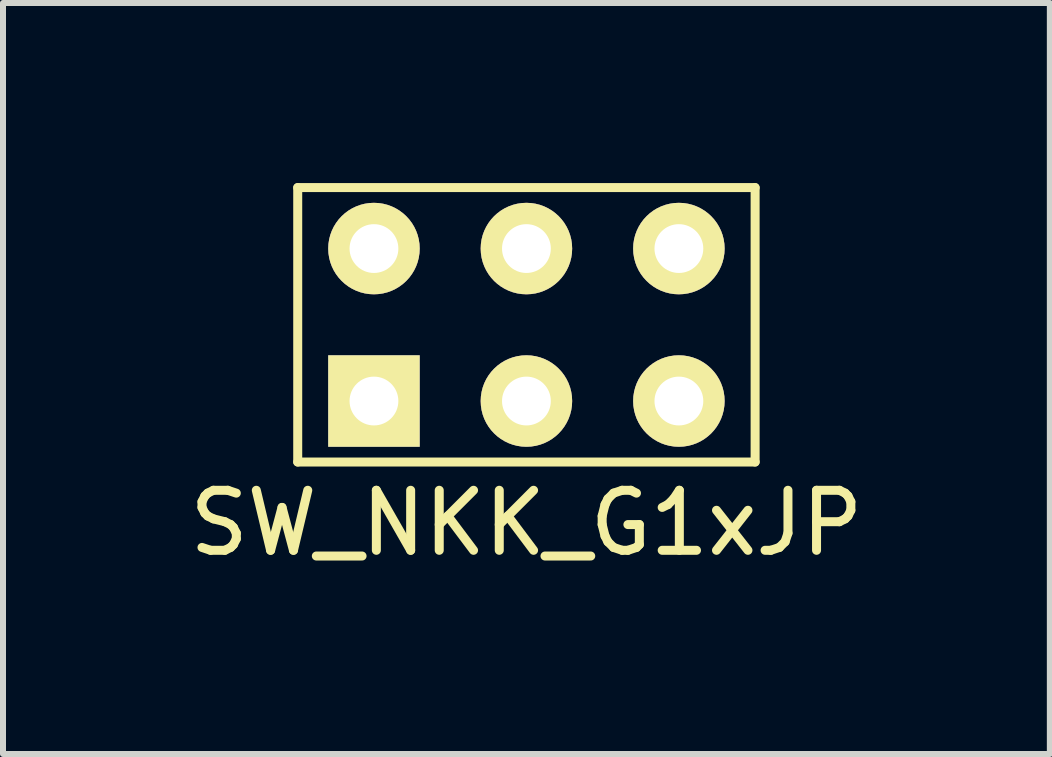
<source format=kicad_pcb>
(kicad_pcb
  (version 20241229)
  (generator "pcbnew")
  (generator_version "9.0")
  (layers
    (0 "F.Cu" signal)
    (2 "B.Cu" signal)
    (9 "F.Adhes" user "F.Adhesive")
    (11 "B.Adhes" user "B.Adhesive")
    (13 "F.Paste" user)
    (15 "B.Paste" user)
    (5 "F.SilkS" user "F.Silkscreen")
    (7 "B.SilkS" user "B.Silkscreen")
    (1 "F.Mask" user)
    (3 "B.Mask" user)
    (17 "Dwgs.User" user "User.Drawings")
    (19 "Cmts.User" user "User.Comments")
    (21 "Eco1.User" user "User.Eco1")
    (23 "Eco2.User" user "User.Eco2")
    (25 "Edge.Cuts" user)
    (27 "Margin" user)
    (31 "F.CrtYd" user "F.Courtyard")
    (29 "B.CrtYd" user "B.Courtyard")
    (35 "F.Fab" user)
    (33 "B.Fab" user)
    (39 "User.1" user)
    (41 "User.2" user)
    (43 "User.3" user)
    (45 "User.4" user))
  (footprint "SW_NKK_G1xJP"
    (layer "F.Cu")
    (at 5.72 2.361)
    (property "Reference" "SW_NKK_G1xJP" (at 0 3.302 0) (layer "F.SilkS") (effects (font (size 1 1) (thickness 0.15))))
    (attr through_hole)
    (fp_line (start -3.81 -2.286) (end -3.81 2.286) (stroke (width 0.15) (type solid)) (layer "F.SilkS"))
    (fp_line (start -3.81 -2.286) (end 3.81 -2.286) (stroke (width 0.15) (type solid)) (layer "F.SilkS"))
    (fp_line (start 3.81 -2.286) (end 3.81 2.286) (stroke (width 0.15) (type solid)) (layer "F.SilkS"))
    (fp_line (start 3.81 2.286) (end -3.81 2.286) (stroke (width 0.15) (type solid)) (layer "F.SilkS"))
    (pad "1" thru_hole rect (at -2.54 1.27) (size 1.524 1.524) (drill 0.813) (layers "*.Cu" "*.Mask" "F.SilkS"))
    (pad "2" thru_hole circle (at 0 1.27) (size 1.524 1.524) (drill 0.813) (layers "*.Cu" "*.Mask" "F.SilkS"))
    (pad "3" thru_hole circle (at 2.54 1.27) (size 1.524 1.524) (drill 0.813) (layers "*.Cu" "*.Mask" "F.SilkS"))
    (pad "4" thru_hole circle (at 2.54 -1.27) (size 1.524 1.524) (drill 0.813) (layers "*.Cu" "*.Mask" "F.SilkS"))
    (pad "5" thru_hole circle (at 0 -1.27) (size 1.524 1.524) (drill 0.813) (layers "*.Cu" "*.Mask" "F.SilkS"))
    (pad "6" thru_hole circle (at -2.54 -1.27) (size 1.524 1.524) (drill 0.813) (layers "*.Cu" "*.Mask" "F.SilkS")))
  (gr_rect
    (start -3 -3)
    (end 14.44 9.511)
    (stroke (width 0.1) (type default))
    (fill no)
    (layer "Edge.Cuts")))
</source>
